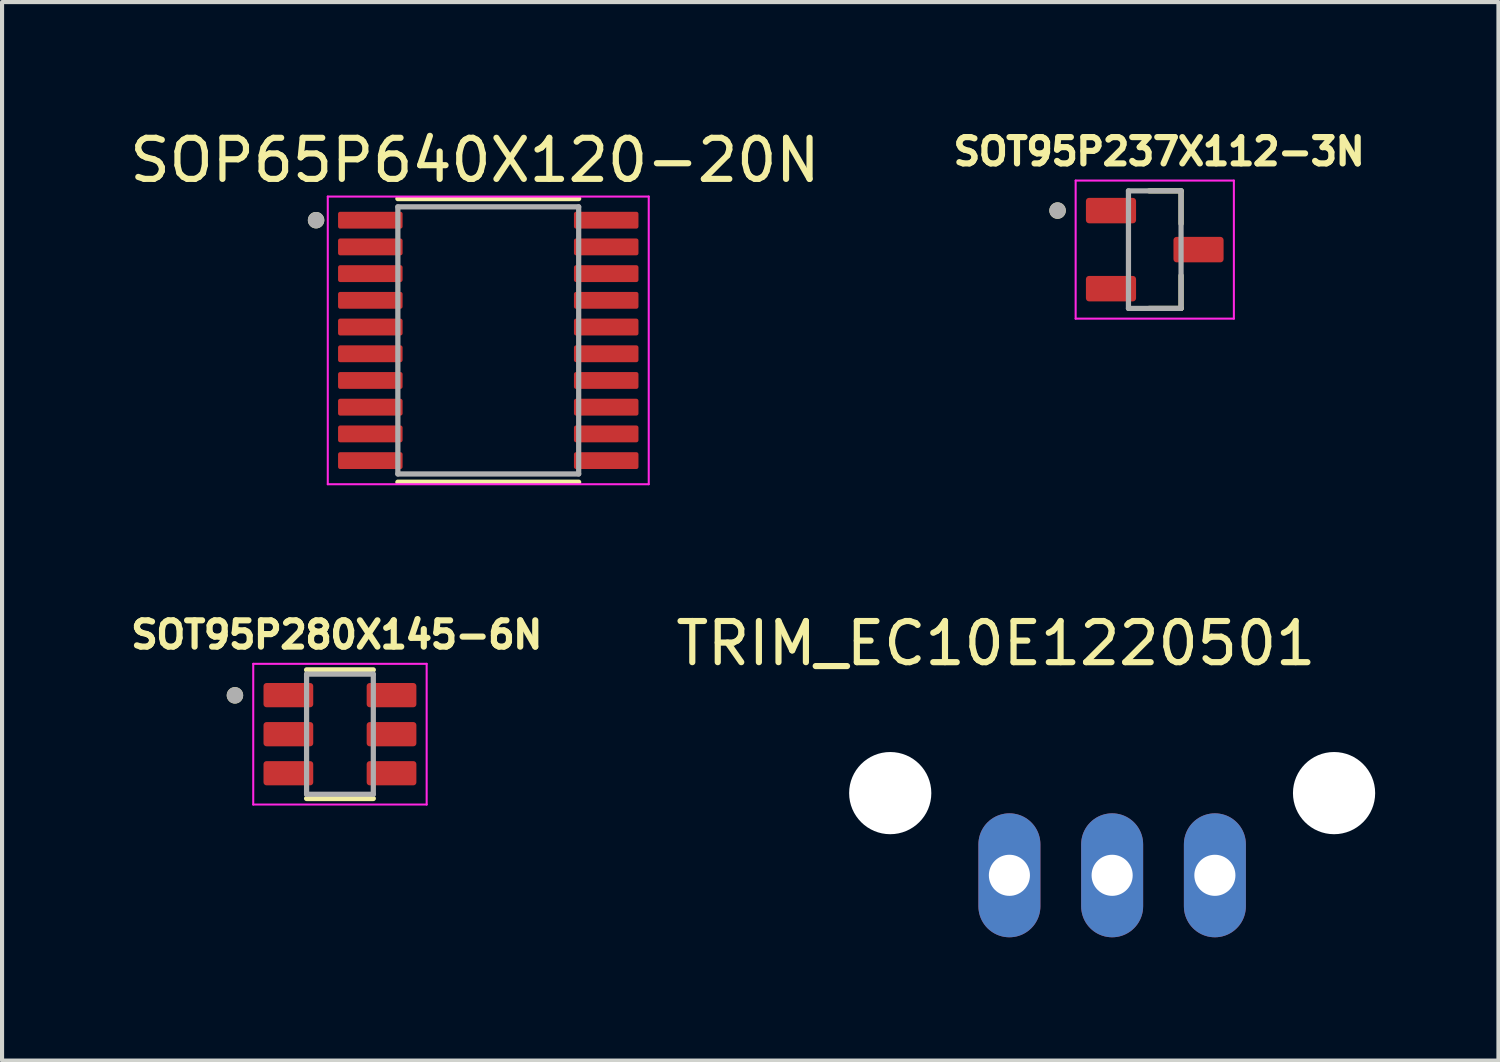
<source format=kicad_pcb>
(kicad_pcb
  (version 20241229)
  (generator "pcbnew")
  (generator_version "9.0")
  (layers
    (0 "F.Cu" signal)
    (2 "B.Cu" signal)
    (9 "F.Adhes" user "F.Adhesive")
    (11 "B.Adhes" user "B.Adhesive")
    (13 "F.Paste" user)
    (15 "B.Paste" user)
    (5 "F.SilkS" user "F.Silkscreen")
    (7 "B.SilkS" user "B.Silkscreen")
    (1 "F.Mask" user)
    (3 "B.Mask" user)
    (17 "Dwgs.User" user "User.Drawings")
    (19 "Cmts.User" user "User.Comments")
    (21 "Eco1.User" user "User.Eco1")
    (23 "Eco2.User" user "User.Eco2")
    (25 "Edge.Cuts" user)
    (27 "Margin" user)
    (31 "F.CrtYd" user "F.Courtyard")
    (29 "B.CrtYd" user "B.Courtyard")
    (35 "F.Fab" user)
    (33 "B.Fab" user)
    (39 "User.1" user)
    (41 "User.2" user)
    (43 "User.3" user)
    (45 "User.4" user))
  (footprint "SOT95P280X145-6N"
    (layer "F.Cu")
    (at 5.222 14.815)
    (property "Reference" "SOT95P280X145-6N" (at -0.078 -2.419 0) (layer "F.SilkS") (effects (font (size 0.64 0.64) (thickness 0.15))))
    (attr smd)
    (fp_line (start 0.812 -1.565) (end -0.812 -1.565) (stroke (width 0.127) (type solid)) (layer "F.SilkS"))
    (fp_line (start 0.812 1.565) (end -0.812 1.565) (stroke (width 0.127) (type solid)) (layer "F.SilkS"))
    (fp_circle (center -2.555 -0.945) (end -2.455 -0.945) (stroke (width 0.2) (type solid)) (fill no) (layer "F.SilkS"))
    (fp_line (start -2.11 -1.712) (end -2.11 1.712) (stroke (width 0.05) (type solid)) (layer "F.CrtYd"))
    (fp_line (start -2.11 1.712) (end 2.11 1.712) (stroke (width 0.05) (type solid)) (layer "F.CrtYd"))
    (fp_line (start 2.11 -1.712) (end -2.11 -1.712) (stroke (width 0.05) (type solid)) (layer "F.CrtYd"))
    (fp_line (start 2.11 1.712) (end 2.11 -1.712) (stroke (width 0.05) (type solid)) (layer "F.CrtYd"))
    (fp_line (start -0.812 -1.462) (end 0.812 -1.462) (stroke (width 0.127) (type solid)) (layer "F.Fab"))
    (fp_line (start -0.812 1.462) (end -0.812 -1.462) (stroke (width 0.127) (type solid)) (layer "F.Fab"))
    (fp_line (start 0.812 -1.462) (end 0.812 1.462) (stroke (width 0.127) (type solid)) (layer "F.Fab"))
    (fp_line (start 0.812 1.462) (end -0.812 1.462) (stroke (width 0.127) (type solid)) (layer "F.Fab"))
    (fp_circle (center -2.555 -0.945) (end -2.455 -0.945) (stroke (width 0.2) (type solid)) (fill no) (layer "F.Fab"))
    (pad "1" smd roundrect (at -1.255 -0.95) (size 1.21 0.59) (layers "F.Cu" "F.Mask" "F.Paste") (roundrect_rratio 0.125))
    (pad "2" smd roundrect (at -1.255 0) (size 1.21 0.59) (layers "F.Cu" "F.Mask" "F.Paste") (roundrect_rratio 0.125))
    (pad "3" smd roundrect (at -1.255 0.95) (size 1.21 0.59) (layers "F.Cu" "F.Mask" "F.Paste") (roundrect_rratio 0.125))
    (pad "4" smd roundrect (at 1.255 0.95) (size 1.21 0.59) (layers "F.Cu" "F.Mask" "F.Paste") (roundrect_rratio 0.125))
    (pad "5" smd roundrect (at 1.255 0) (size 1.21 0.59) (layers "F.Cu" "F.Mask" "F.Paste") (roundrect_rratio 0.125))
    (pad "6" smd roundrect (at 1.255 -0.95) (size 1.21 0.59) (layers "F.Cu" "F.Mask" "F.Paste") (roundrect_rratio 0.125)))
  (footprint "SOT95P237X112-3N"
    (layer "F.Cu")
    (at 25.049 3.024)
    (property "Reference" "SOT95P237X112-3N" (at 0.107 -2.386 0) (layer "F.SilkS") (effects (font (size 0.64 0.64) (thickness 0.15))))
    (attr smd)
    (fp_line (start -0.135 -1.43) (end 0.64 -1.43) (stroke (width 0.127) (type solid)) (layer "F.SilkS"))
    (fp_line (start 0.64 -1.43) (end 0.64 -0.63) (stroke (width 0.127) (type solid)) (layer "F.SilkS"))
    (fp_line (start 0.64 1.43) (end -0.135 1.43) (stroke (width 0.127) (type solid)) (layer "F.SilkS"))
    (fp_line (start 0.64 1.43) (end 0.64 0.63) (stroke (width 0.127) (type solid)) (layer "F.SilkS"))
    (fp_circle (center -2.365 -0.95) (end -2.265 -0.95) (stroke (width 0.2) (type solid)) (fill no) (layer "F.SilkS"))
    (fp_line (start -1.925 -1.68) (end -1.925 1.68) (stroke (width 0.05) (type solid)) (layer "F.CrtYd"))
    (fp_line (start -1.925 1.68) (end 1.925 1.68) (stroke (width 0.05) (type solid)) (layer "F.CrtYd"))
    (fp_line (start 1.925 -1.68) (end -1.925 -1.68) (stroke (width 0.05) (type solid)) (layer "F.CrtYd"))
    (fp_line (start 1.925 1.68) (end 1.925 -1.68) (stroke (width 0.05) (type solid)) (layer "F.CrtYd"))
    (fp_line (start -0.64 -1.43) (end 0.64 -1.43) (stroke (width 0.127) (type solid)) (layer "F.Fab"))
    (fp_line (start -0.64 1.43) (end -0.64 -1.43) (stroke (width 0.127) (type solid)) (layer "F.Fab"))
    (fp_line (start 0.64 -1.43) (end 0.64 1.43) (stroke (width 0.127) (type solid)) (layer "F.Fab"))
    (fp_line (start 0.64 1.43) (end -0.64 1.43) (stroke (width 0.127) (type solid)) (layer "F.Fab"))
    (fp_circle (center -2.365 -0.95) (end -2.265 -0.95) (stroke (width 0.2) (type solid)) (fill no) (layer "F.Fab"))
    (pad "1" smd roundrect (at -1.065 -0.95) (size 1.22 0.62) (layers "F.Cu" "F.Mask" "F.Paste") (roundrect_rratio 0.125))
    (pad "2" smd roundrect (at -1.065 0.95) (size 1.22 0.62) (layers "F.Cu" "F.Mask" "F.Paste") (roundrect_rratio 0.125))
    (pad "3" smd roundrect (at 1.065 0) (size 1.22 0.62) (layers "F.Cu" "F.Mask" "F.Paste") (roundrect_rratio 0.125)))
  (footprint "TRIM_EC10E1220501"
    (layer "F.Cu")
    (at 24.012 18.249)
    (property "Reference" "TRIM_EC10E1220501" (at -2.828 -5.642 0) (layer "F.SilkS") (effects (font (size 1.001 1.001) (thickness 0.15))))
    (attr through_hole)
    (pad "" np_thru_hole circle (at -5.4 -2) (size 2 2) (drill 2) (layers "*.Cu" "*.Mask"))
    (pad "" np_thru_hole circle (at 5.4 -2) (size 2 2) (drill 2) (layers "*.Cu" "*.Mask"))
    (pad "A" thru_hole oval (at -2.5 0) (size 1.508 3.016) (drill 1) (layers "*.Cu" "*.Mask"))
    (pad "B" thru_hole oval (at 0 0) (size 1.508 3.016) (drill 1) (layers "*.Cu" "*.Mask"))
    (pad "C" thru_hole oval (at 2.5 0) (size 1.508 3.016) (drill 1) (layers "*.Cu" "*.Mask")))
  (footprint "SOP65P640X120-20N"
    (layer "F.Cu")
    (at 8.831 5.233)
    (property "Reference" "SOP65P640X120-20N" (at -0.325 -4.385 0) (layer "F.SilkS") (effects (font (size 1 1) (thickness 0.15))))
    (attr smd)
    (fp_line (start -2.2 -3.45) (end 2.2 -3.45) (stroke (width 0.127) (type solid)) (layer "F.SilkS"))
    (fp_line (start -2.2 3.45) (end 2.2 3.45) (stroke (width 0.127) (type solid)) (layer "F.SilkS"))
    (fp_circle (center -4.19 -2.925) (end -4.09 -2.925) (stroke (width 0.2) (type solid)) (fill no) (layer "F.SilkS"))
    (fp_line (start -3.905 -3.5) (end -3.905 3.5) (stroke (width 0.05) (type solid)) (layer "F.CrtYd"))
    (fp_line (start -3.905 -3.5) (end 3.905 -3.5) (stroke (width 0.05) (type solid)) (layer "F.CrtYd"))
    (fp_line (start -3.905 3.5) (end 3.905 3.5) (stroke (width 0.05) (type solid)) (layer "F.CrtYd"))
    (fp_line (start 3.905 -3.5) (end 3.905 3.5) (stroke (width 0.05) (type solid)) (layer "F.CrtYd"))
    (fp_line (start -2.2 -3.25) (end -2.2 3.25) (stroke (width 0.127) (type solid)) (layer "F.Fab"))
    (fp_line (start -2.2 -3.25) (end 2.2 -3.25) (stroke (width 0.127) (type solid)) (layer "F.Fab"))
    (fp_line (start -2.2 3.25) (end 2.2 3.25) (stroke (width 0.127) (type solid)) (layer "F.Fab"))
    (fp_line (start 2.2 -3.25) (end 2.2 3.25) (stroke (width 0.127) (type solid)) (layer "F.Fab"))
    (fp_circle (center -4.19 -2.925) (end -4.09 -2.925) (stroke (width 0.2) (type solid)) (fill no) (layer "F.Fab"))
    (pad "1" smd roundrect (at -2.87 -2.925) (size 1.57 0.41) (layers "F.Cu" "F.Mask" "F.Paste") (roundrect_rratio 0.125))
    (pad "2" smd roundrect (at -2.87 -2.275) (size 1.57 0.41) (layers "F.Cu" "F.Mask" "F.Paste") (roundrect_rratio 0.125))
    (pad "3" smd roundrect (at -2.87 -1.625) (size 1.57 0.41) (layers "F.Cu" "F.Mask" "F.Paste") (roundrect_rratio 0.125))
    (pad "4" smd roundrect (at -2.87 -0.975) (size 1.57 0.41) (layers "F.Cu" "F.Mask" "F.Paste") (roundrect_rratio 0.125))
    (pad "5" smd roundrect (at -2.87 -0.325) (size 1.57 0.41) (layers "F.Cu" "F.Mask" "F.Paste") (roundrect_rratio 0.125))
    (pad "6" smd roundrect (at -2.87 0.325) (size 1.57 0.41) (layers "F.Cu" "F.Mask" "F.Paste") (roundrect_rratio 0.125))
    (pad "7" smd roundrect (at -2.87 0.975) (size 1.57 0.41) (layers "F.Cu" "F.Mask" "F.Paste") (roundrect_rratio 0.125))
    (pad "8" smd roundrect (at -2.87 1.625) (size 1.57 0.41) (layers "F.Cu" "F.Mask" "F.Paste") (roundrect_rratio 0.125))
    (pad "9" smd roundrect (at -2.87 2.275) (size 1.57 0.41) (layers "F.Cu" "F.Mask" "F.Paste") (roundrect_rratio 0.125))
    (pad "10" smd roundrect (at -2.87 2.925) (size 1.57 0.41) (layers "F.Cu" "F.Mask" "F.Paste") (roundrect_rratio 0.125))
    (pad "11" smd roundrect (at 2.87 2.925) (size 1.57 0.41) (layers "F.Cu" "F.Mask" "F.Paste") (roundrect_rratio 0.125))
    (pad "12" smd roundrect (at 2.87 2.275) (size 1.57 0.41) (layers "F.Cu" "F.Mask" "F.Paste") (roundrect_rratio 0.125))
    (pad "13" smd roundrect (at 2.87 1.625) (size 1.57 0.41) (layers "F.Cu" "F.Mask" "F.Paste") (roundrect_rratio 0.125))
    (pad "14" smd roundrect (at 2.87 0.975) (size 1.57 0.41) (layers "F.Cu" "F.Mask" "F.Paste") (roundrect_rratio 0.125))
    (pad "15" smd roundrect (at 2.87 0.325) (size 1.57 0.41) (layers "F.Cu" "F.Mask" "F.Paste") (roundrect_rratio 0.125))
    (pad "16" smd roundrect (at 2.87 -0.325) (size 1.57 0.41) (layers "F.Cu" "F.Mask" "F.Paste") (roundrect_rratio 0.125))
    (pad "17" smd roundrect (at 2.87 -0.975) (size 1.57 0.41) (layers "F.Cu" "F.Mask" "F.Paste") (roundrect_rratio 0.125))
    (pad "18" smd roundrect (at 2.87 -1.625) (size 1.57 0.41) (layers "F.Cu" "F.Mask" "F.Paste") (roundrect_rratio 0.125))
    (pad "19" smd roundrect (at 2.87 -2.275) (size 1.57 0.41) (layers "F.Cu" "F.Mask" "F.Paste") (roundrect_rratio 0.125))
    (pad "20" smd roundrect (at 2.87 -2.925) (size 1.57 0.41) (layers "F.Cu" "F.Mask" "F.Paste") (roundrect_rratio 0.125)))
  (gr_rect
    (start -3 -3)
    (end 33.412 22.757)
    (stroke (width 0.1) (type default))
    (fill no)
    (layer "Edge.Cuts")))
</source>
